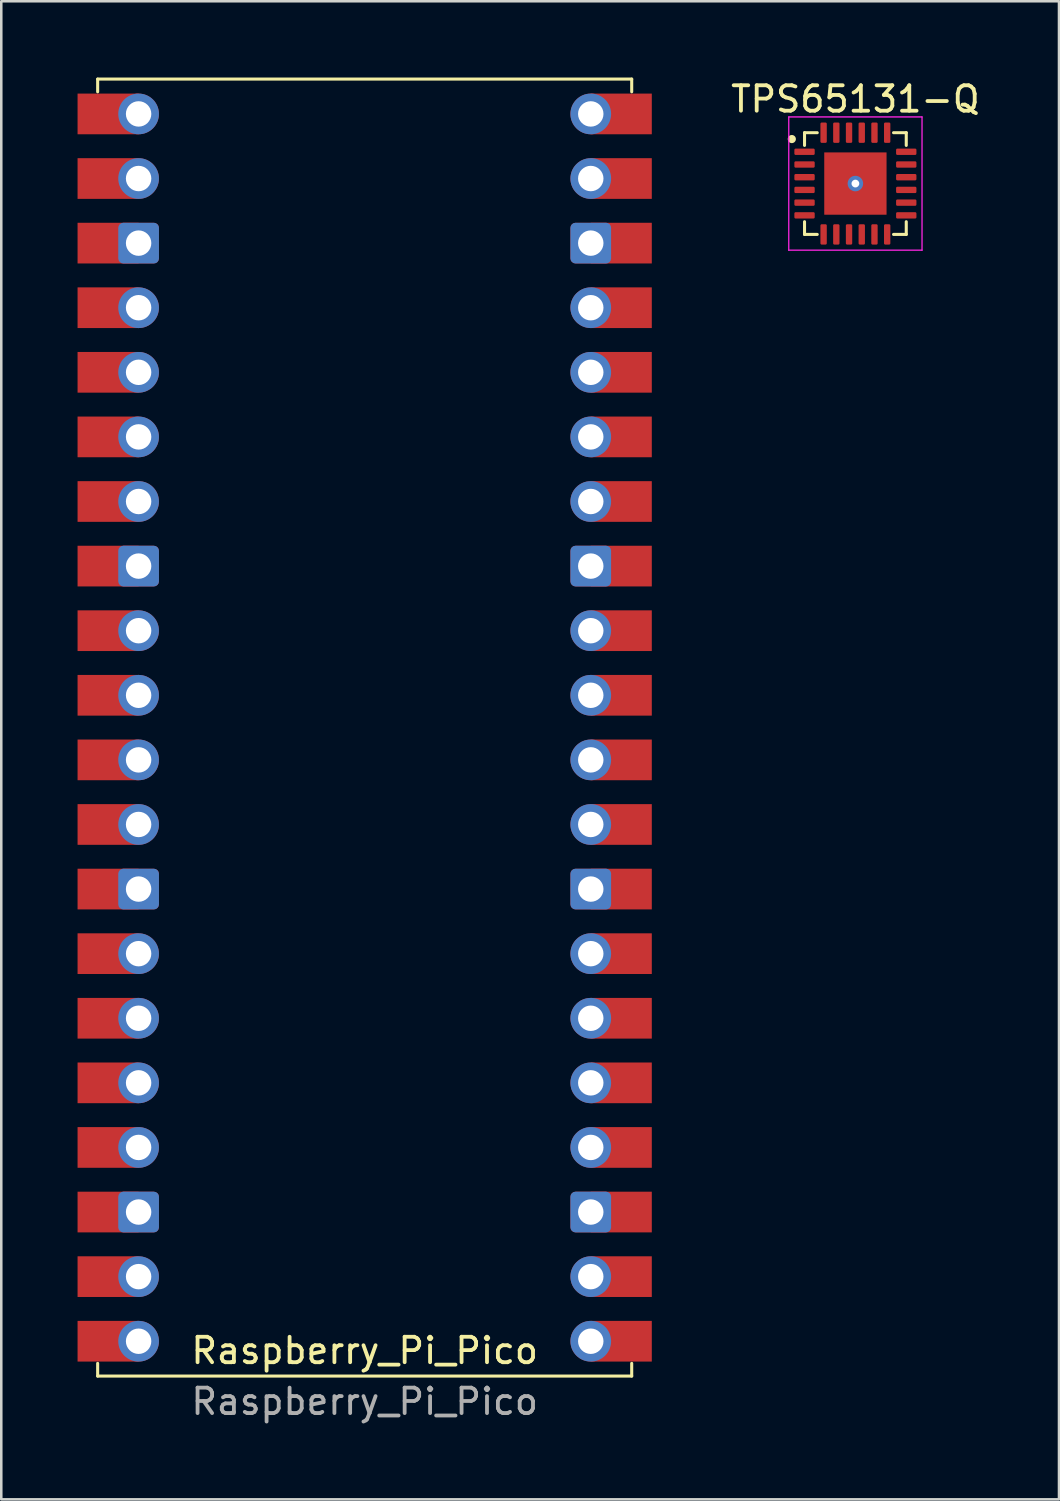
<source format=kicad_pcb>
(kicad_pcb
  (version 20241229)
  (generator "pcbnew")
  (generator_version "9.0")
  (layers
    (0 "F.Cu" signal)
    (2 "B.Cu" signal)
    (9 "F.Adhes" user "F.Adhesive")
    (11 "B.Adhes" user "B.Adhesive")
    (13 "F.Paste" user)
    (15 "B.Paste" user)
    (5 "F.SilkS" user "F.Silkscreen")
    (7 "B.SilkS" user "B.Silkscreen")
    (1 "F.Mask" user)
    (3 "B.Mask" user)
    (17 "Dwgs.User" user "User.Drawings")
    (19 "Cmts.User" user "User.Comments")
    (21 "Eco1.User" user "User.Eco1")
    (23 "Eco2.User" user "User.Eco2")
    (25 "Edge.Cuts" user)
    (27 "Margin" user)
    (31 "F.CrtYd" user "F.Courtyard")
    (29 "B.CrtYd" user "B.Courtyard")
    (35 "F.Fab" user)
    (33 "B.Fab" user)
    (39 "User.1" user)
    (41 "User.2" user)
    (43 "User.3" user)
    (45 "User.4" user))
  (footprint "TPS65131-Q"
    (layer "F.Cu")
    (at 30.586 4.168)
    (property "Reference" "TPS65131-Q" (at 0 -3.32 0) (layer "F.SilkS") (effects (font (size 1 1) (thickness 0.15))))
    (attr smd)
    (fp_line (start -2 -2) (end -1.5 -2) (stroke (width 0.12) (type solid)) (layer "F.SilkS"))
    (fp_line (start -2 -1.5) (end -2 -2) (stroke (width 0.12) (type solid)) (layer "F.SilkS"))
    (fp_line (start -2 1.5) (end -2 2) (stroke (width 0.12) (type solid)) (layer "F.SilkS"))
    (fp_line (start -2 2) (end -1.5 2) (stroke (width 0.12) (type solid)) (layer "F.SilkS"))
    (fp_line (start 1.5 -2) (end 2 -2) (stroke (width 0.12) (type solid)) (layer "F.SilkS"))
    (fp_line (start 1.5 2) (end 2 2) (stroke (width 0.12) (type solid)) (layer "F.SilkS"))
    (fp_line (start 2 -2) (end 2 -1.5) (stroke (width 0.12) (type solid)) (layer "F.SilkS"))
    (fp_line (start 2 2) (end 2 1.5) (stroke (width 0.12) (type solid)) (layer "F.SilkS"))
    (fp_circle (center -2.5 -1.75) (end -2.4 -1.75) (stroke (width 0.12) (type solid)) (fill yes) (layer "F.SilkS"))
    (fp_rect (start -1.14 -1.14) (end -0.14 -0.14) (stroke (width 0.12) (type solid)) (fill yes) (layer "F.Paste"))
    (fp_rect (start -1.14 0.14) (end -0.14 1.14) (stroke (width 0.12) (type solid)) (fill yes) (layer "F.Paste"))
    (fp_rect (start 0.14 -1.14) (end 1.14 -0.14) (stroke (width 0.12) (type solid)) (fill yes) (layer "F.Paste"))
    (fp_rect (start 0.14 0.14) (end 1.14 1.14) (stroke (width 0.12) (type solid)) (fill yes) (layer "F.Paste"))
    (fp_line (start -2.62 -2.62) (end -2.62 2.62) (stroke (width 0.05) (type solid)) (layer "F.CrtYd"))
    (fp_line (start -2.62 2.62) (end 2.62 2.62) (stroke (width 0.05) (type solid)) (layer "F.CrtYd"))
    (fp_line (start 2.62 -2.62) (end -2.62 -2.62) (stroke (width 0.05) (type solid)) (layer "F.CrtYd"))
    (fp_line (start 2.62 2.62) (end 2.62 -2.62) (stroke (width 0.05) (type solid)) (layer "F.CrtYd"))
    (pad "1" smd roundrect (at -2 -1.25) (size 0.8 0.25) (layers "F.Cu" "F.Mask" "F.Paste") (roundrect_rratio 0.2))
    (pad "2" smd roundrect (at -2 -0.75) (size 0.8 0.25) (layers "F.Cu" "F.Mask" "F.Paste") (roundrect_rratio 0.2))
    (pad "3" smd roundrect (at -2 -0.25) (size 0.8 0.25) (layers "F.Cu" "F.Mask" "F.Paste") (roundrect_rratio 0.2))
    (pad "4" smd roundrect (at -2 0.25) (size 0.8 0.25) (layers "F.Cu" "F.Mask" "F.Paste") (roundrect_rratio 0.2))
    (pad "5" smd roundrect (at -2 0.75) (size 0.8 0.25) (layers "F.Cu" "F.Mask" "F.Paste") (roundrect_rratio 0.2))
    (pad "6" smd roundrect (at -2 1.25) (size 0.8 0.25) (layers "F.Cu" "F.Mask" "F.Paste") (roundrect_rratio 0.2))
    (pad "7" smd roundrect (at -1.25 2 90) (size 0.8 0.25) (layers "F.Cu" "F.Mask" "F.Paste") (roundrect_rratio 0.2))
    (pad "8" smd roundrect (at -0.75 2 90) (size 0.8 0.25) (layers "F.Cu" "F.Mask" "F.Paste") (roundrect_rratio 0.2))
    (pad "9" smd roundrect (at -0.25 2 90) (size 0.8 0.25) (layers "F.Cu" "F.Mask" "F.Paste") (roundrect_rratio 0.2))
    (pad "10" smd roundrect (at 0.25 2 90) (size 0.8 0.25) (layers "F.Cu" "F.Mask" "F.Paste") (roundrect_rratio 0.2))
    (pad "11" smd roundrect (at 0.75 2 90) (size 0.8 0.25) (layers "F.Cu" "F.Mask" "F.Paste") (roundrect_rratio 0.2))
    (pad "12" smd roundrect (at 1.25 2 90) (size 0.8 0.25) (layers "F.Cu" "F.Mask" "F.Paste") (roundrect_rratio 0.2))
    (pad "13" smd roundrect (at 2 1.25) (size 0.8 0.25) (layers "F.Cu" "F.Mask" "F.Paste") (roundrect_rratio 0.2))
    (pad "14" smd roundrect (at 2 0.75) (size 0.8 0.25) (layers "F.Cu" "F.Mask" "F.Paste") (roundrect_rratio 0.2))
    (pad "15" smd roundrect (at 2 0.25) (size 0.8 0.25) (layers "F.Cu" "F.Mask" "F.Paste") (roundrect_rratio 0.2))
    (pad "16" smd roundrect (at 2 -0.25) (size 0.8 0.25) (layers "F.Cu" "F.Mask" "F.Paste") (roundrect_rratio 0.2))
    (pad "17" smd roundrect (at 2 -0.75) (size 0.8 0.25) (layers "F.Cu" "F.Mask" "F.Paste") (roundrect_rratio 0.2))
    (pad "18" smd roundrect (at 2 -1.25) (size 0.8 0.25) (layers "F.Cu" "F.Mask" "F.Paste") (roundrect_rratio 0.2))
    (pad "19" smd roundrect (at 1.25 -2 90) (size 0.8 0.25) (layers "F.Cu" "F.Mask" "F.Paste") (roundrect_rratio 0.2))
    (pad "20" smd roundrect (at 0.75 -2 90) (size 0.8 0.25) (layers "F.Cu" "F.Mask" "F.Paste") (roundrect_rratio 0.2))
    (pad "21" smd roundrect (at 0.25 -2 90) (size 0.8 0.25) (layers "F.Cu" "F.Mask" "F.Paste") (roundrect_rratio 0.2))
    (pad "22" smd roundrect (at -0.25 -2 90) (size 0.8 0.25) (layers "F.Cu" "F.Mask" "F.Paste") (roundrect_rratio 0.2))
    (pad "23" smd roundrect (at -0.75 -2 90) (size 0.8 0.25) (layers "F.Cu" "F.Mask" "F.Paste") (roundrect_rratio 0.2))
    (pad "24" smd roundrect (at -1.25 -2 90) (size 0.8 0.25) (layers "F.Cu" "F.Mask" "F.Paste") (roundrect_rratio 0.2))
    (pad "25" thru_hole circle (at 0 0) (size 0.61 0.61) (drill 0.305) (layers "*.Cu" "F.Mask"))
    (pad "25" smd rect (at 0 0) (size 2.45 2.45) (layers "F.Cu" "F.Mask")))
  (footprint "Raspberry_Pi_Pico"
    (layer "F.Cu")
    (at 0.79 51.06)
    (property "Reference" "Raspberry_Pi_Pico" (at 10.5 -1 0) (unlocked yes) (layer "F.SilkS") (effects (font (size 1 1) (thickness 0.15))))
    (attr through_hole)
    (fp_line (start 0 -51) (end 0 -50.5) (stroke (width 0.12) (type solid)) (layer "F.SilkS"))
    (fp_line (start 0 -51) (end 21 -51) (stroke (width 0.12) (type solid)) (layer "F.SilkS"))
    (fp_line (start 0 0) (end 0 -0.5) (stroke (width 0.12) (type solid)) (layer "F.SilkS"))
    (fp_line (start 0 0) (end 21 0) (stroke (width 0.12) (type solid)) (layer "F.SilkS"))
    (fp_line (start 21 -51) (end 21 -50.5) (stroke (width 0.12) (type solid)) (layer "F.SilkS"))
    (fp_line (start 21 0) (end 21 -0.5) (stroke (width 0.12) (type solid)) (layer "F.SilkS"))
    (fp_text user "${REFERENCE}" (at 10.5 1 0) (unlocked yes) (layer "F.Fab") (effects (font (size 1 1) (thickness 0.15))))
    (pad "1" smd rect (at 0.41 -49.63) (size 2.4 1.6) (layers "F.Cu" "F.Mask" "F.Paste"))
    (pad "1" thru_hole circle (at 1.61 -49.63) (size 1.6 1.6) (drill 1) (layers "*.Cu" "*.Mask"))
    (pad "2" smd rect (at 0.41 -47.09) (size 2.4 1.6) (layers "F.Cu" "F.Mask" "F.Paste"))
    (pad "2" thru_hole circle (at 1.61 -47.09) (size 1.6 1.6) (drill 1) (layers "*.Cu" "*.Mask"))
    (pad "3" smd rect (at 0.41 -44.55) (size 2.4 1.6) (layers "F.Cu" "F.Mask" "F.Paste"))
    (pad "3" thru_hole roundrect (at 1.61 -44.55) (size 1.6 1.6) (drill 1) (layers "*.Cu" "*.Mask") (roundrect_rratio 0.125))
    (pad "4" smd rect (at 0.41 -42.01) (size 2.4 1.6) (layers "F.Cu" "F.Mask" "F.Paste"))
    (pad "4" thru_hole circle (at 1.61 -42.01) (size 1.6 1.6) (drill 1) (layers "*.Cu" "*.Mask"))
    (pad "5" smd rect (at 0.41 -39.47) (size 2.4 1.6) (layers "F.Cu" "F.Mask" "F.Paste"))
    (pad "5" thru_hole circle (at 1.61 -39.47) (size 1.6 1.6) (drill 1) (layers "*.Cu" "*.Mask"))
    (pad "6" smd rect (at 0.41 -36.93) (size 2.4 1.6) (layers "F.Cu" "F.Mask" "F.Paste"))
    (pad "6" thru_hole circle (at 1.61 -36.93) (size 1.6 1.6) (drill 1) (layers "*.Cu" "*.Mask"))
    (pad "7" smd rect (at 0.41 -34.39) (size 2.4 1.6) (layers "F.Cu" "F.Mask" "F.Paste"))
    (pad "7" thru_hole circle (at 1.61 -34.39) (size 1.6 1.6) (drill 1) (layers "*.Cu" "*.Mask"))
    (pad "8" smd rect (at 0.41 -31.85) (size 2.4 1.6) (layers "F.Cu" "F.Mask" "F.Paste"))
    (pad "8" thru_hole roundrect (at 1.61 -31.85) (size 1.6 1.6) (drill 1) (layers "*.Cu" "*.Mask") (roundrect_rratio 0.125))
    (pad "9" smd rect (at 0.41 -29.31) (size 2.4 1.6) (layers "F.Cu" "F.Mask" "F.Paste"))
    (pad "9" thru_hole circle (at 1.61 -29.31) (size 1.6 1.6) (drill 1) (layers "*.Cu" "*.Mask"))
    (pad "10" smd rect (at 0.41 -26.77) (size 2.4 1.6) (layers "F.Cu" "F.Mask" "F.Paste"))
    (pad "10" thru_hole circle (at 1.61 -26.77) (size 1.6 1.6) (drill 1) (layers "*.Cu" "*.Mask"))
    (pad "11" smd rect (at 0.41 -24.23) (size 2.4 1.6) (layers "F.Cu" "F.Mask" "F.Paste"))
    (pad "11" thru_hole circle (at 1.61 -24.23) (size 1.6 1.6) (drill 1) (layers "*.Cu" "*.Mask"))
    (pad "12" smd rect (at 0.41 -21.69) (size 2.4 1.6) (layers "F.Cu" "F.Mask" "F.Paste"))
    (pad "12" thru_hole circle (at 1.61 -21.69) (size 1.6 1.6) (drill 1) (layers "*.Cu" "*.Mask"))
    (pad "13" smd rect (at 0.41 -19.15) (size 2.4 1.6) (layers "F.Cu" "F.Mask" "F.Paste"))
    (pad "13" thru_hole roundrect (at 1.61 -19.15) (size 1.6 1.6) (drill 1) (layers "*.Cu" "*.Mask") (roundrect_rratio 0.125))
    (pad "14" smd rect (at 0.41 -16.61) (size 2.4 1.6) (layers "F.Cu" "F.Mask" "F.Paste"))
    (pad "14" thru_hole circle (at 1.61 -16.61) (size 1.6 1.6) (drill 1) (layers "*.Cu" "*.Mask"))
    (pad "15" smd rect (at 0.41 -14.07) (size 2.4 1.6) (layers "F.Cu" "F.Mask" "F.Paste"))
    (pad "15" thru_hole circle (at 1.61 -14.07) (size 1.6 1.6) (drill 1) (layers "*.Cu" "*.Mask"))
    (pad "16" smd rect (at 0.41 -11.53) (size 2.4 1.6) (layers "F.Cu" "F.Mask" "F.Paste"))
    (pad "16" thru_hole circle (at 1.61 -11.53) (size 1.6 1.6) (drill 1) (layers "*.Cu" "*.Mask"))
    (pad "17" smd rect (at 0.41 -8.99) (size 2.4 1.6) (layers "F.Cu" "F.Mask" "F.Paste"))
    (pad "17" thru_hole circle (at 1.61 -8.99) (size 1.6 1.6) (drill 1) (layers "*.Cu" "*.Mask"))
    (pad "18" smd rect (at 0.41 -6.45) (size 2.4 1.6) (layers "F.Cu" "F.Mask" "F.Paste"))
    (pad "18" thru_hole roundrect (at 1.61 -6.45) (size 1.6 1.6) (drill 1) (layers "*.Cu" "*.Mask") (roundrect_rratio 0.125))
    (pad "19" smd rect (at 0.41 -3.91) (size 2.4 1.6) (layers "F.Cu" "F.Mask" "F.Paste"))
    (pad "19" thru_hole circle (at 1.61 -3.91) (size 1.6 1.6) (drill 1) (layers "*.Cu" "*.Mask"))
    (pad "20" smd rect (at 0.41 -1.37) (size 2.4 1.6) (layers "F.Cu" "F.Mask" "F.Paste"))
    (pad "20" thru_hole circle (at 1.61 -1.37) (size 1.6 1.6) (drill 1) (layers "*.Cu" "*.Mask"))
    (pad "21" thru_hole circle (at 19.39 -1.37) (size 1.6 1.6) (drill 1) (layers "*.Cu" "*.Mask"))
    (pad "21" smd rect (at 20.59 -1.37) (size 2.4 1.6) (layers "F.Cu" "F.Mask" "F.Paste"))
    (pad "22" thru_hole circle (at 19.39 -3.91) (size 1.6 1.6) (drill 1) (layers "*.Cu" "*.Mask"))
    (pad "22" smd rect (at 20.59 -3.91) (size 2.4 1.6) (layers "F.Cu" "F.Mask" "F.Paste"))
    (pad "23" thru_hole roundrect (at 19.39 -6.45) (size 1.6 1.6) (drill 1) (layers "*.Cu" "*.Mask") (roundrect_rratio 0.125))
    (pad "23" smd rect (at 20.59 -6.45) (size 2.4 1.6) (layers "F.Cu" "F.Mask" "F.Paste"))
    (pad "24" thru_hole circle (at 19.39 -8.99) (size 1.6 1.6) (drill 1) (layers "*.Cu" "*.Mask"))
    (pad "24" smd rect (at 20.59 -8.99) (size 2.4 1.6) (layers "F.Cu" "F.Mask" "F.Paste"))
    (pad "25" thru_hole circle (at 19.39 -11.53) (size 1.6 1.6) (drill 1) (layers "*.Cu" "*.Mask"))
    (pad "25" smd rect (at 20.59 -11.53) (size 2.4 1.6) (layers "F.Cu" "F.Mask" "F.Paste"))
    (pad "26" thru_hole circle (at 19.39 -14.07) (size 1.6 1.6) (drill 1) (layers "*.Cu" "*.Mask"))
    (pad "26" smd rect (at 20.59 -14.07) (size 2.4 1.6) (layers "F.Cu" "F.Mask" "F.Paste"))
    (pad "27" thru_hole circle (at 19.39 -16.61) (size 1.6 1.6) (drill 1) (layers "*.Cu" "*.Mask"))
    (pad "27" smd rect (at 20.59 -16.61) (size 2.4 1.6) (layers "F.Cu" "F.Mask" "F.Paste"))
    (pad "28" thru_hole roundrect (at 19.39 -19.15) (size 1.6 1.6) (drill 1) (layers "*.Cu" "*.Mask") (roundrect_rratio 0.125))
    (pad "28" smd rect (at 20.59 -19.15) (size 2.4 1.6) (layers "F.Cu" "F.Mask" "F.Paste"))
    (pad "29" thru_hole circle (at 19.39 -21.69) (size 1.6 1.6) (drill 1) (layers "*.Cu" "*.Mask"))
    (pad "29" smd rect (at 20.59 -21.69) (size 2.4 1.6) (layers "F.Cu" "F.Mask" "F.Paste"))
    (pad "30" thru_hole circle (at 19.39 -24.23) (size 1.6 1.6) (drill 1) (layers "*.Cu" "*.Mask"))
    (pad "30" smd rect (at 20.59 -24.23) (size 2.4 1.6) (layers "F.Cu" "F.Mask" "F.Paste"))
    (pad "31" thru_hole circle (at 19.39 -26.77) (size 1.6 1.6) (drill 1) (layers "*.Cu" "*.Mask"))
    (pad "31" smd rect (at 20.59 -26.77) (size 2.4 1.6) (layers "F.Cu" "F.Mask" "F.Paste"))
    (pad "32" thru_hole circle (at 19.39 -29.31) (size 1.6 1.6) (drill 1) (layers "*.Cu" "*.Mask"))
    (pad "32" smd rect (at 20.59 -29.31) (size 2.4 1.6) (layers "F.Cu" "F.Mask" "F.Paste"))
    (pad "33" thru_hole roundrect (at 19.39 -31.85) (size 1.6 1.6) (drill 1) (layers "*.Cu" "*.Mask") (roundrect_rratio 0.125))
    (pad "33" smd rect (at 20.59 -31.85) (size 2.4 1.6) (layers "F.Cu" "F.Mask" "F.Paste"))
    (pad "34" thru_hole circle (at 19.39 -34.39) (size 1.6 1.6) (drill 1) (layers "*.Cu" "*.Mask"))
    (pad "34" smd rect (at 20.59 -34.39) (size 2.4 1.6) (layers "F.Cu" "F.Mask" "F.Paste"))
    (pad "35" thru_hole circle (at 19.39 -36.93) (size 1.6 1.6) (drill 1) (layers "*.Cu" "*.Mask"))
    (pad "35" smd rect (at 20.59 -36.93) (size 2.4 1.6) (layers "F.Cu" "F.Mask" "F.Paste"))
    (pad "36" thru_hole circle (at 19.39 -39.47) (size 1.6 1.6) (drill 1) (layers "*.Cu" "*.Mask"))
    (pad "36" smd rect (at 20.59 -39.47) (size 2.4 1.6) (layers "F.Cu" "F.Mask" "F.Paste"))
    (pad "37" thru_hole circle (at 19.39 -42.01) (size 1.6 1.6) (drill 1) (layers "*.Cu" "*.Mask"))
    (pad "37" smd rect (at 20.59 -42.01) (size 2.4 1.6) (layers "F.Cu" "F.Mask" "F.Paste"))
    (pad "38" thru_hole roundrect (at 19.39 -44.55) (size 1.6 1.6) (drill 1) (layers "*.Cu" "*.Mask") (roundrect_rratio 0.125))
    (pad "38" smd rect (at 20.59 -44.55) (size 2.4 1.6) (layers "F.Cu" "F.Mask" "F.Paste"))
    (pad "39" thru_hole circle (at 19.39 -47.09) (size 1.6 1.6) (drill 1) (layers "*.Cu" "*.Mask"))
    (pad "39" smd rect (at 20.59 -47.09) (size 2.4 1.6) (layers "F.Cu" "F.Mask" "F.Paste"))
    (pad "40" thru_hole circle (at 19.39 -49.63) (size 1.6 1.6) (drill 1) (layers "*.Cu" "*.Mask"))
    (pad "40" smd rect (at 20.59 -49.63) (size 2.4 1.6) (layers "F.Cu" "F.Mask" "F.Paste")))
  (gr_rect
    (start -3 -3)
    (end 38.592 55.908)
    (stroke (width 0.1) (type default))
    (fill no)
    (layer "Edge.Cuts")))
</source>
